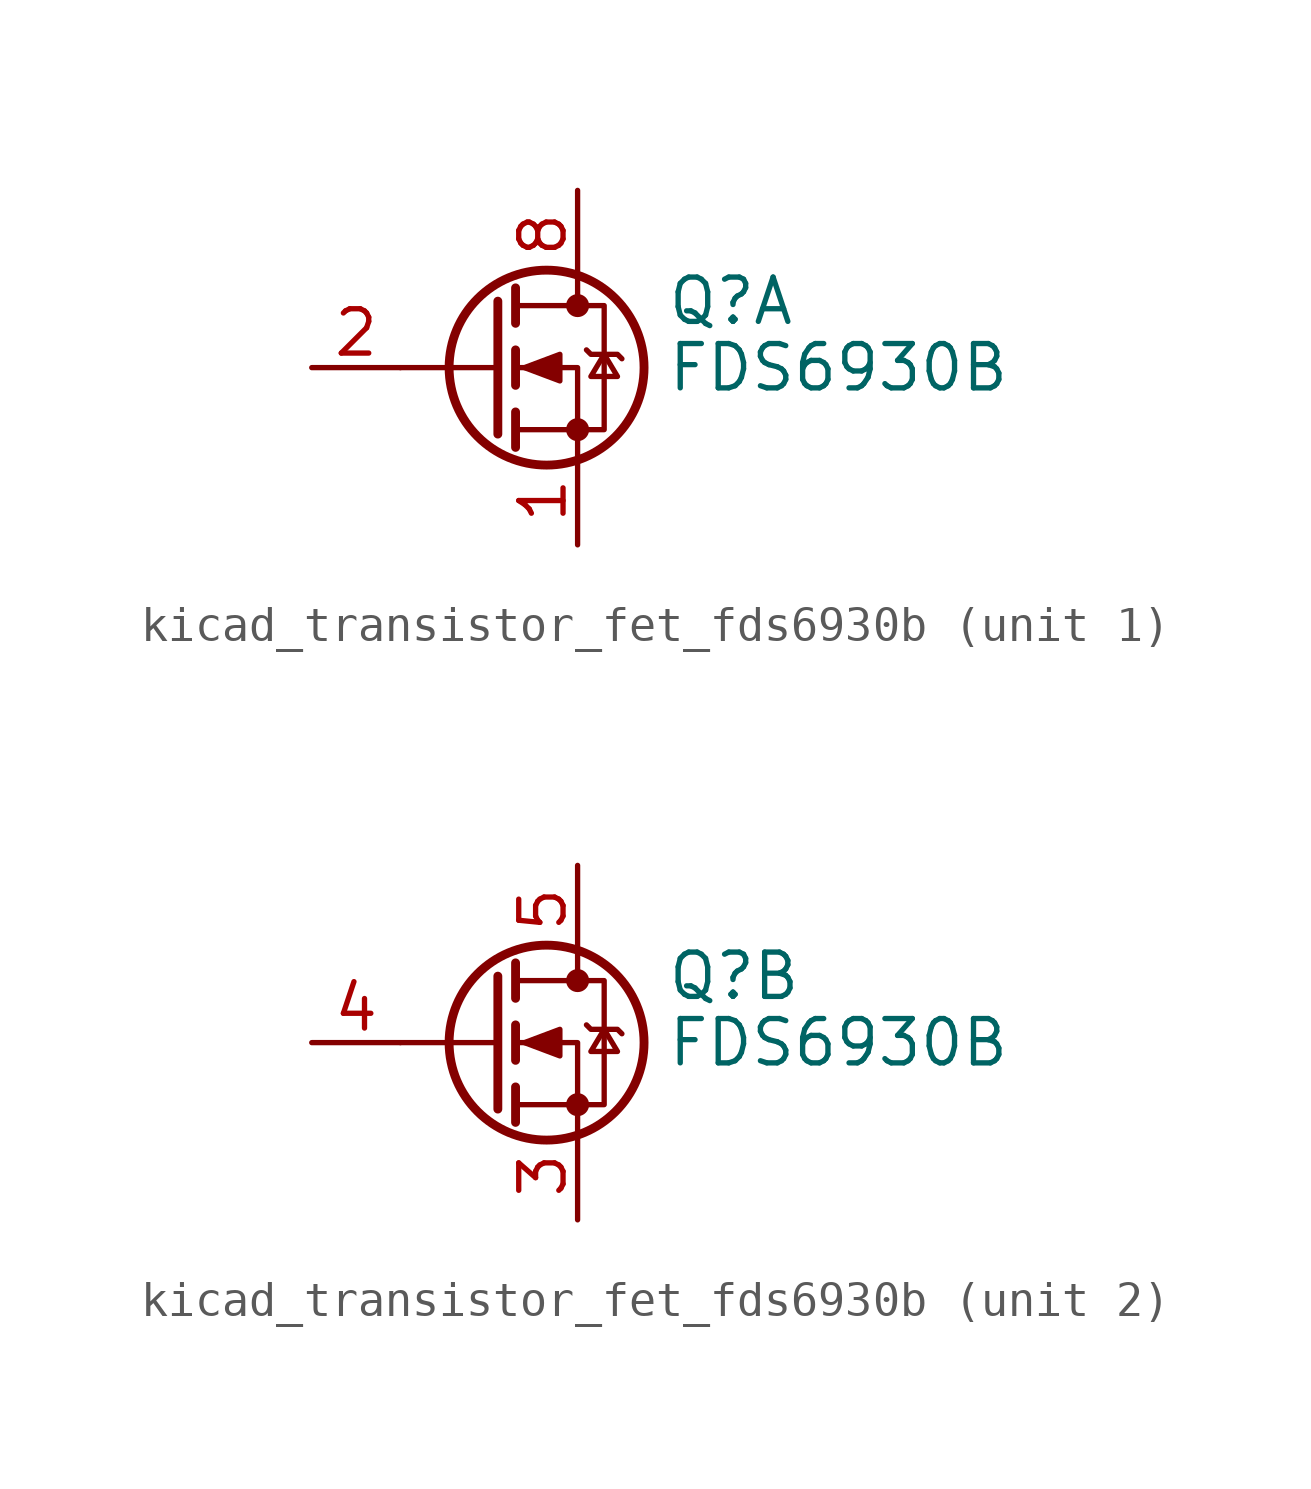
<source format=kicad_sym>
(kicad_symbol_lib
  (version 20220914)
  (generator kicad_symbol_editor)
  (symbol "kicad_transistor_fet_fds6930b"
    (pin_names hide)
    (property "Reference" "Q"
      (at 5.08 1.905 0)
      (effects (font (size 1.27 1.27)) (justify left)))
    (property "Value" "FDS6930B"
      (at 5.08 0 0)
      (effects (font (size 1.27 1.27)) (justify left)))
    (symbol "kicad_transistor_fet_fds6930b_0_1"
      (polyline (pts (xy 0.254 0) (xy -2.54 0)) (stroke (width 0) (type default)) (fill (type none)))
      (polyline (pts (xy 0.254 1.905) (xy 0.254 -1.905)) (stroke (width 0.254) (type default)) (fill (type none)))
      (polyline (pts (xy 0.762 -1.27) (xy 0.762 -2.286)) (stroke (width 0.254) (type default)) (fill (type none)))
      (polyline (pts (xy 0.762 0.508) (xy 0.762 -0.508)) (stroke (width 0.254) (type default)) (fill (type none)))
      (polyline (pts (xy 0.762 2.286) (xy 0.762 1.27)) (stroke (width 0.254) (type default)) (fill (type none)))
      (polyline (pts (xy 2.54 2.54) (xy 2.54 1.778)) (stroke (width 0) (type default)) (fill (type none)))
      (polyline (pts (xy 2.54 -2.54) (xy 2.54 0) (xy 0.762 0)) (stroke (width 0) (type default)) (fill (type none)))
      (polyline (pts (xy 0.762 -1.778) (xy 3.302 -1.778) (xy 3.302 1.778) (xy 0.762 1.778)) (stroke (width 0) (type default)) (fill (type none)))
      (polyline (pts (xy 1.016 0) (xy 2.032 0.381) (xy 2.032 -0.381) (xy 1.016 0)) (stroke (width 0) (type default)) (fill (type outline)))
      (polyline (pts (xy 2.794 0.508) (xy 2.921 0.381) (xy 3.683 0.381) (xy 3.81 0.254)) (stroke (width 0) (type default)) (fill (type none)))
      (polyline (pts (xy 3.302 0.381) (xy 2.921 -0.254) (xy 3.683 -0.254) (xy 3.302 0.381)) (stroke (width 0) (type default)) (fill (type none)))
      (circle (center 1.651 0) (radius 2.794) (stroke (width 0.254) (type default)) (fill (type none)))
      (circle (center 2.54 -1.778) (radius 0.254) (stroke (width 0) (type default)) (fill (type outline)))
      (circle (center 2.54 1.778) (radius 0.254) (stroke (width 0) (type default)) (fill (type outline))))
    (symbol "kicad_transistor_fet_fds6930b_1_1"
      (pin passive line (at 2.54 -5.08 90) (length 2.54) (name "S1" (effects (font (size 1.27 1.27)))) (number "1" (effects (font (size 1.27 1.27)))))
      (pin passive line (at -5.08 0 0) (length 2.54) (name "G1" (effects (font (size 1.27 1.27)))) (number "2" (effects (font (size 1.27 1.27)))))
      (pin passive line (at 2.54 5.08 270) (length 2.54) hide (name "D1" (effects (font (size 1.27 1.27)))) (number "7" (effects (font (size 1.27 1.27)))))
      (pin passive line (at 2.54 5.08 270) (length 2.54) (name "D1" (effects (font (size 1.27 1.27)))) (number "8" (effects (font (size 1.27 1.27))))))
    (symbol "kicad_transistor_fet_fds6930b_2_1"
      (pin passive line (at 2.54 -5.08 90) (length 2.54) (name "S2" (effects (font (size 1.27 1.27)))) (number "3" (effects (font (size 1.27 1.27)))))
      (pin passive line (at -5.08 0 0) (length 2.54) (name "G2" (effects (font (size 1.27 1.27)))) (number "4" (effects (font (size 1.27 1.27)))))
      (pin passive line (at 2.54 5.08 270) (length 2.54) (name "D2" (effects (font (size 1.27 1.27)))) (number "5" (effects (font (size 1.27 1.27)))))
      (pin passive line (at 2.54 5.08 270) (length 2.54) hide (name "D2" (effects (font (size 1.27 1.27)))) (number "6" (effects (font (size 1.27 1.27))))))))
</source>
